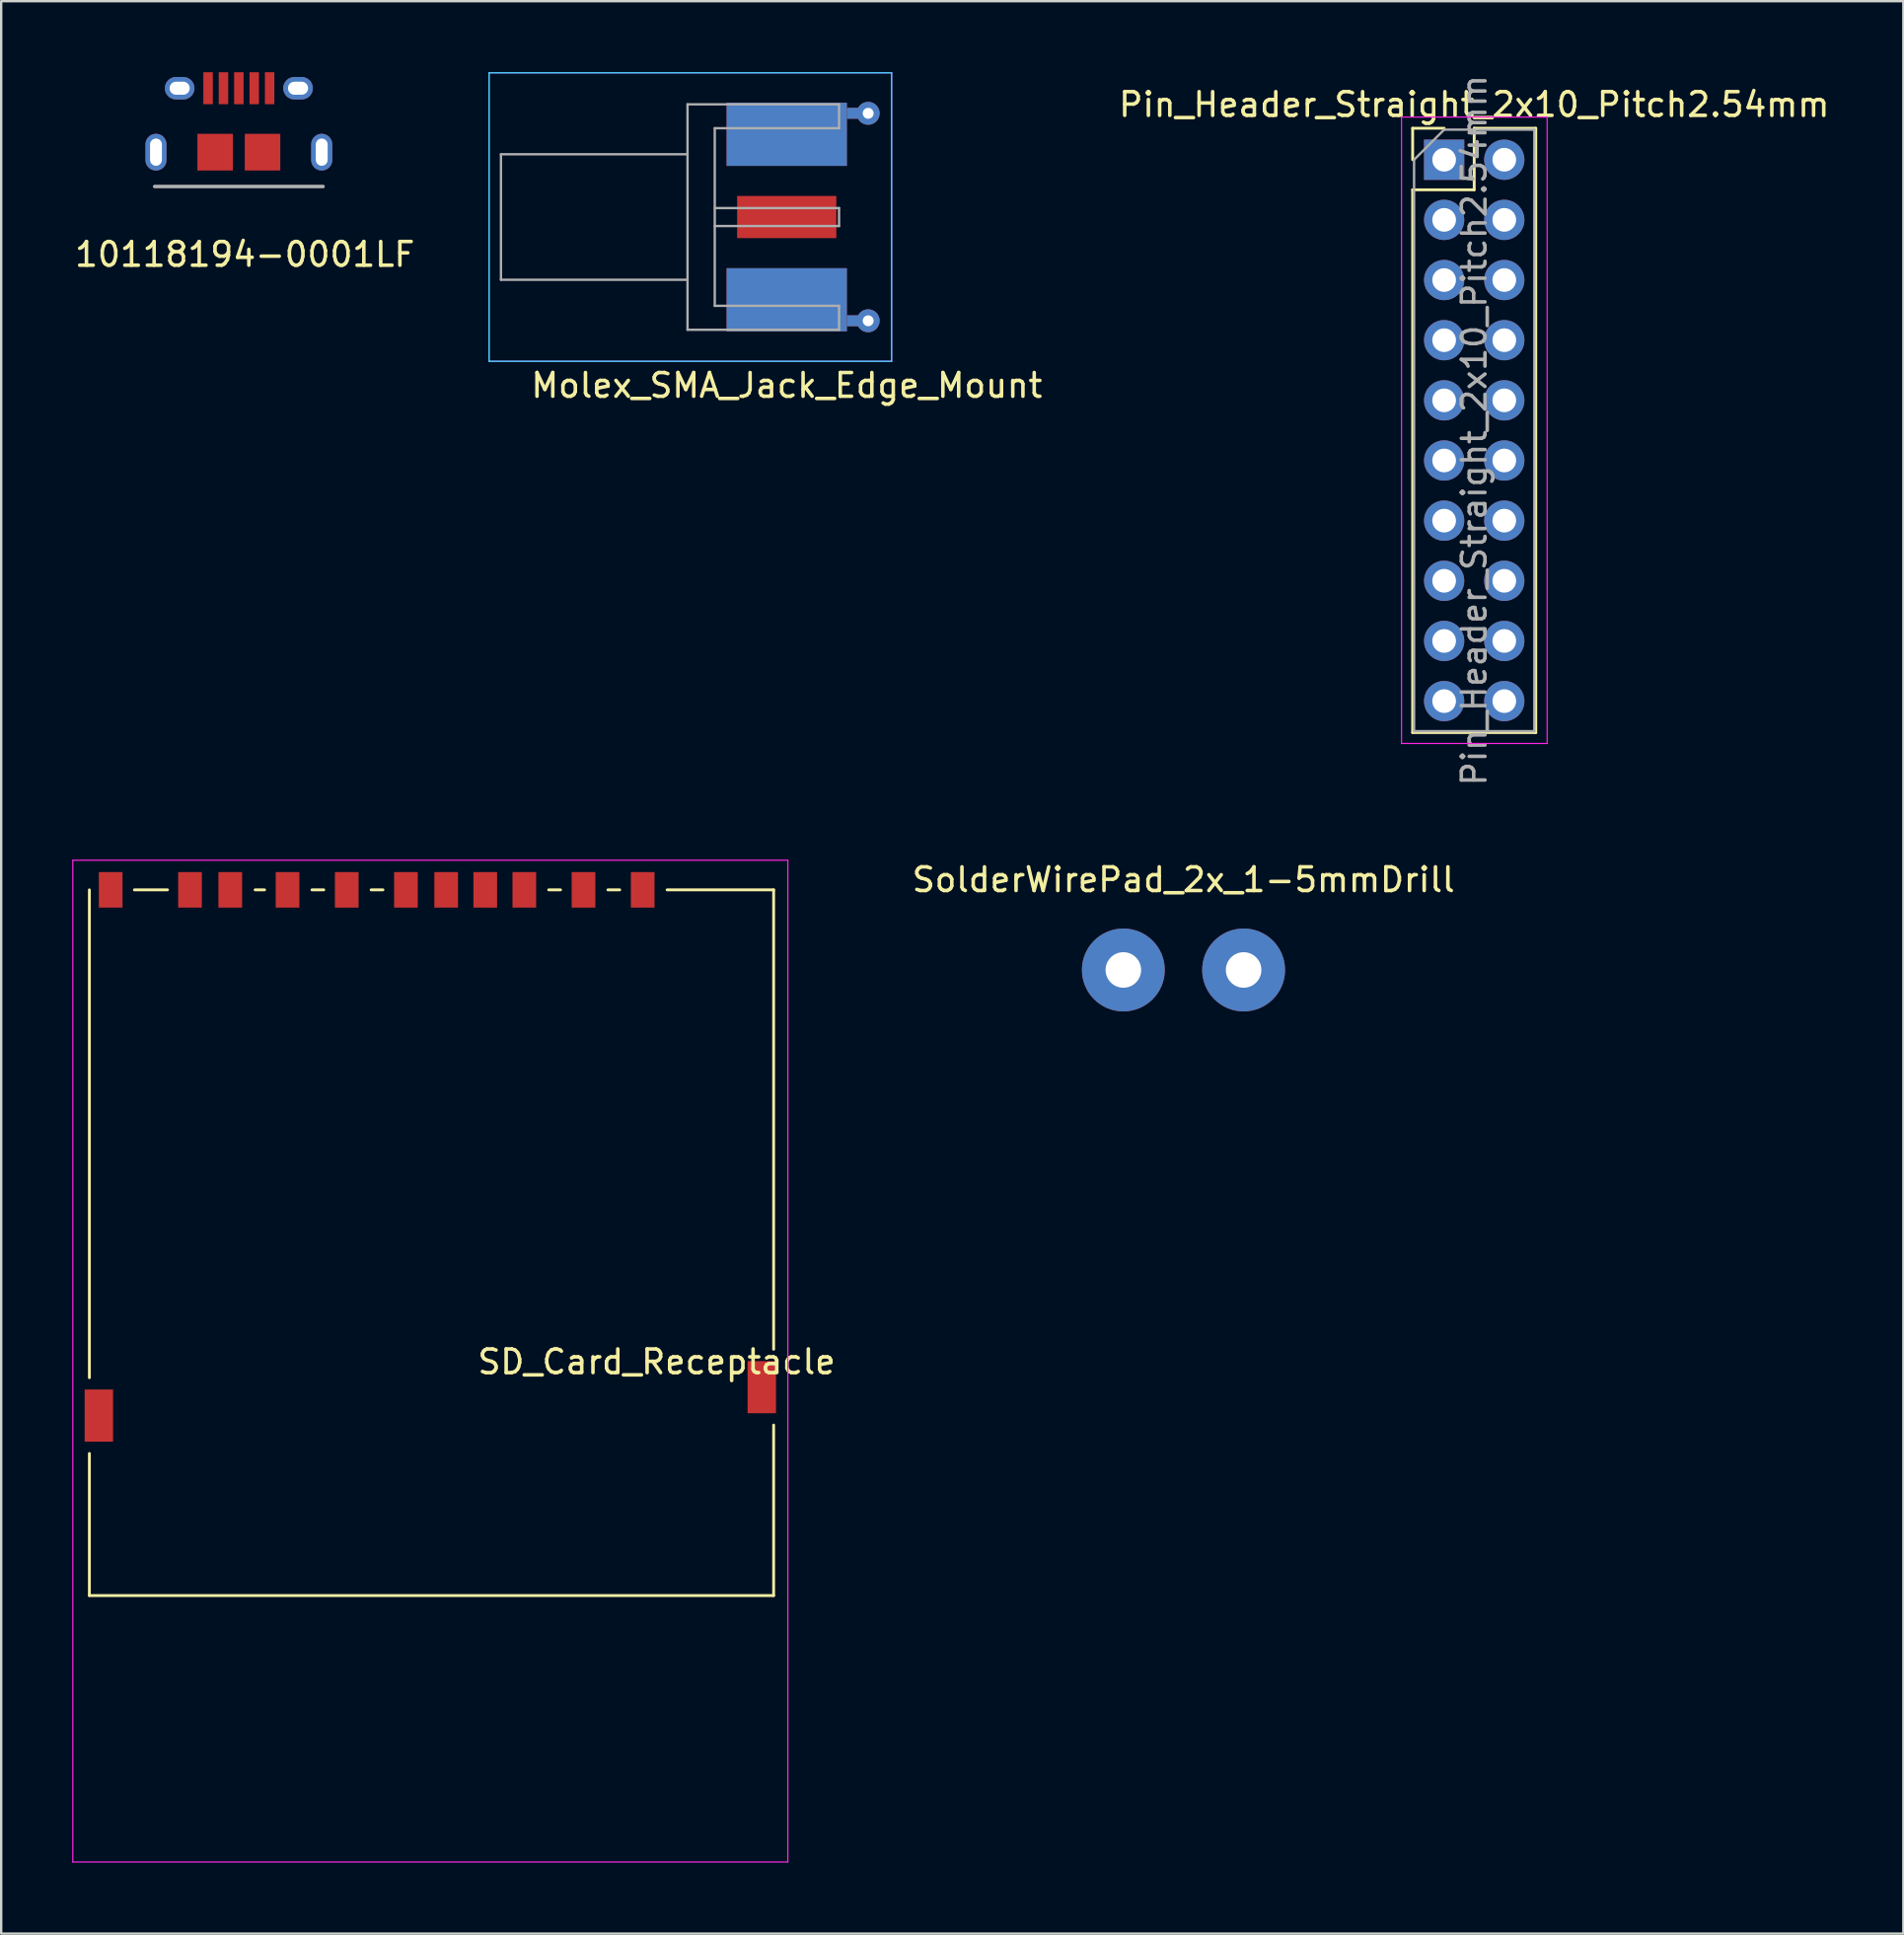
<source format=kicad_pcb>
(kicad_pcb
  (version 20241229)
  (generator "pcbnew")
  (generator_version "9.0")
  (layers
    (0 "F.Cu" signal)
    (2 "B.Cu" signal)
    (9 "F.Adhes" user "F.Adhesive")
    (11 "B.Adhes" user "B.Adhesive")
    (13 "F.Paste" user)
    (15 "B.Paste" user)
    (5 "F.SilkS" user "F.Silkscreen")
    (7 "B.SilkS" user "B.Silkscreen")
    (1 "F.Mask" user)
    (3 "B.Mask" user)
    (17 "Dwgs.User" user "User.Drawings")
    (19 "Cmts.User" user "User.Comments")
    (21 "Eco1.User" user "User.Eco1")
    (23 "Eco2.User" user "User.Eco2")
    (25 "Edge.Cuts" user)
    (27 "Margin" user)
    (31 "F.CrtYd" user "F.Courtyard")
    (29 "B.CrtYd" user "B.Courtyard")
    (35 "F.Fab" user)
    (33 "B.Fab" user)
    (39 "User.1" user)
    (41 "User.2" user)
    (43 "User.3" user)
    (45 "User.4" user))
  (footprint "Pin_Header_Straight_2x10_Pitch2.54mm"
    (layer "F.Cu")
    (at 57.944 3.695)
    (property "Reference" "Pin_Header_Straight_2x10_Pitch2.54mm" (at 1.27 -2.33 0) (layer "F.SilkS") (effects (font (size 1 1) (thickness 0.15))))
    (attr through_hole)
    (fp_line (start -1.33 -1.33) (end 0 -1.33) (stroke (width 0.12) (type solid)) (layer "F.SilkS"))
    (fp_line (start -1.33 0) (end -1.33 -1.33) (stroke (width 0.12) (type solid)) (layer "F.SilkS"))
    (fp_line (start -1.33 1.27) (end -1.33 24.19) (stroke (width 0.12) (type solid)) (layer "F.SilkS"))
    (fp_line (start -1.33 1.27) (end 1.27 1.27) (stroke (width 0.12) (type solid)) (layer "F.SilkS"))
    (fp_line (start -1.33 24.19) (end 3.87 24.19) (stroke (width 0.12) (type solid)) (layer "F.SilkS"))
    (fp_line (start 1.27 -1.33) (end 3.87 -1.33) (stroke (width 0.12) (type solid)) (layer "F.SilkS"))
    (fp_line (start 1.27 1.27) (end 1.27 -1.33) (stroke (width 0.12) (type solid)) (layer "F.SilkS"))
    (fp_line (start 3.87 -1.33) (end 3.87 24.19) (stroke (width 0.12) (type solid)) (layer "F.SilkS"))
    (fp_line (start -1.8 -1.8) (end -1.8 24.65) (stroke (width 0.05) (type solid)) (layer "F.CrtYd"))
    (fp_line (start -1.8 24.65) (end 4.35 24.65) (stroke (width 0.05) (type solid)) (layer "F.CrtYd"))
    (fp_line (start 4.35 -1.8) (end -1.8 -1.8) (stroke (width 0.05) (type solid)) (layer "F.CrtYd"))
    (fp_line (start 4.35 24.65) (end 4.35 -1.8) (stroke (width 0.05) (type solid)) (layer "F.CrtYd"))
    (fp_line (start -1.27 0) (end 0 -1.27) (stroke (width 0.1) (type solid)) (layer "F.Fab"))
    (fp_line (start -1.27 24.13) (end -1.27 0) (stroke (width 0.1) (type solid)) (layer "F.Fab"))
    (fp_line (start 0 -1.27) (end 3.81 -1.27) (stroke (width 0.1) (type solid)) (layer "F.Fab"))
    (fp_line (start 3.81 -1.27) (end 3.81 24.13) (stroke (width 0.1) (type solid)) (layer "F.Fab"))
    (fp_line (start 3.81 24.13) (end -1.27 24.13) (stroke (width 0.1) (type solid)) (layer "F.Fab"))
    (fp_text user "${REFERENCE}" (at 1.27 11.43 90) (layer "F.Fab") (effects (font (size 1 1) (thickness 0.15))))
    (pad "1" thru_hole rect (at 0 0) (size 1.7 1.7) (drill 1) (layers "*.Cu" "*.Mask"))
    (pad "2" thru_hole oval (at 2.54 0) (size 1.7 1.7) (drill 1) (layers "*.Cu" "*.Mask"))
    (pad "3" thru_hole oval (at 0 2.54) (size 1.7 1.7) (drill 1) (layers "*.Cu" "*.Mask"))
    (pad "4" thru_hole oval (at 2.54 2.54) (size 1.7 1.7) (drill 1) (layers "*.Cu" "*.Mask"))
    (pad "5" thru_hole oval (at 0 5.08) (size 1.7 1.7) (drill 1) (layers "*.Cu" "*.Mask"))
    (pad "6" thru_hole oval (at 2.54 5.08) (size 1.7 1.7) (drill 1) (layers "*.Cu" "*.Mask"))
    (pad "7" thru_hole oval (at 0 7.62) (size 1.7 1.7) (drill 1) (layers "*.Cu" "*.Mask"))
    (pad "8" thru_hole oval (at 2.54 7.62) (size 1.7 1.7) (drill 1) (layers "*.Cu" "*.Mask"))
    (pad "9" thru_hole oval (at 0 10.16) (size 1.7 1.7) (drill 1) (layers "*.Cu" "*.Mask"))
    (pad "10" thru_hole oval (at 2.54 10.16) (size 1.7 1.7) (drill 1) (layers "*.Cu" "*.Mask"))
    (pad "11" thru_hole oval (at 0 12.7) (size 1.7 1.7) (drill 1) (layers "*.Cu" "*.Mask"))
    (pad "12" thru_hole oval (at 2.54 12.7) (size 1.7 1.7) (drill 1) (layers "*.Cu" "*.Mask"))
    (pad "13" thru_hole oval (at 0 15.24) (size 1.7 1.7) (drill 1) (layers "*.Cu" "*.Mask"))
    (pad "14" thru_hole oval (at 2.54 15.24) (size 1.7 1.7) (drill 1) (layers "*.Cu" "*.Mask"))
    (pad "15" thru_hole oval (at 0 17.78) (size 1.7 1.7) (drill 1) (layers "*.Cu" "*.Mask"))
    (pad "16" thru_hole oval (at 2.54 17.78) (size 1.7 1.7) (drill 1) (layers "*.Cu" "*.Mask"))
    (pad "17" thru_hole oval (at 0 20.32) (size 1.7 1.7) (drill 1) (layers "*.Cu" "*.Mask"))
    (pad "18" thru_hole oval (at 2.54 20.32) (size 1.7 1.7) (drill 1) (layers "*.Cu" "*.Mask"))
    (pad "19" thru_hole oval (at 0 22.86) (size 1.7 1.7) (drill 1) (layers "*.Cu" "*.Mask"))
    (pad "20" thru_hole oval (at 2.54 22.86) (size 1.7 1.7) (drill 1) (layers "*.Cu" "*.Mask")))
  (footprint "SolderWirePad_2x_1-5mmDrill"
    (layer "F.Cu")
    (at 46.935 37.908)
    (property "Reference" "SolderWirePad_2x_1-5mmDrill" (at 0 -3.81 0) (layer "F.SilkS") (effects (font (size 1 1) (thickness 0.15))))
    (attr through_hole)
    (pad "1" thru_hole circle (at -2.54 0) (size 3.5 3.5) (drill 1.501) (layers "*.Cu" "*.Mask"))
    (pad "2" thru_hole circle (at 2.54 0) (size 3.5 3.5) (drill 1.501) (layers "*.Cu" "*.Mask")))
  (footprint "10118194-0001LF"
    (layer "F.Cu")
    (at 7.038 3.375)
    (property "Reference" "10118194-0001LF" (at 0.254 4.318 0) (layer "F.SilkS") (effects (font (size 1 1) (thickness 0.15))))
    (attr through_hole)
    (fp_line (start -3.556 1.45) (end 3.556 1.45) (stroke (width 0.15) (type solid)) (layer "F.Fab"))
    (pad "" np_thru_hole oval (at -3.5 0) (size 0.89 1.55) (drill oval 0.5 1.15) (layers "*.Cu" "*.Mask"))
    (pad "" np_thru_hole oval (at -2.5 -2.7) (size 1.25 0.95) (drill oval 0.85 0.55) (layers "*.Cu" "*.Mask"))
    (pad "" np_thru_hole oval (at 2.5 -2.7) (size 1.25 0.95) (drill oval 0.85 0.55) (layers "*.Cu" "*.Mask"))
    (pad "" np_thru_hole oval (at 3.5 0) (size 0.89 1.55) (drill oval 0.5 1.15) (layers "*.Cu" "*.Mask"))
    (pad "1" smd rect (at -1.3 -2.7) (size 0.4 1.35) (layers "F.Cu" "F.Mask" "F.Paste"))
    (pad "2" smd rect (at -0.65 -2.7) (size 0.4 1.35) (layers "F.Cu" "F.Mask" "F.Paste"))
    (pad "3" smd rect (at 0 -2.7) (size 0.4 1.35) (layers "F.Cu" "F.Mask" "F.Paste"))
    (pad "4" smd rect (at 0.65 -2.7) (size 0.4 1.35) (layers "F.Cu" "F.Mask" "F.Paste"))
    (pad "5" smd rect (at 1.3 -2.7) (size 0.4 1.35) (layers "F.Cu" "F.Mask" "F.Paste"))
    (pad "6" smd rect (at -1 0) (size 1.5 1.55) (layers "F.Cu" "F.Mask" "F.Paste"))
    (pad "6" smd rect (at 1 0) (size 1.5 1.55) (layers "F.Cu" "F.Mask" "F.Paste")))
  (footprint "SD_Card_Receptacle"
    (layer "F.Cu")
    (at 15.125 46.675)
    (property "Reference" "SD_Card_Receptacle" (at 9.56 7.78 0) (layer "F.SilkS") (effects (font (size 1 1) (thickness 0.15))))
    (attr smd)
    (fp_line (start -14.4 8.45) (end -14.4 -12.15) (stroke (width 0.12) (type solid)) (layer "F.SilkS"))
    (fp_line (start -14.4 17.65) (end -14.4 11.65) (stroke (width 0.12) (type solid)) (layer "F.SilkS"))
    (fp_line (start -12.5 -12.15) (end -11.1 -12.15) (stroke (width 0.12) (type solid)) (layer "F.SilkS"))
    (fp_line (start -7.4 -12.15) (end -7 -12.15) (stroke (width 0.12) (type solid)) (layer "F.SilkS"))
    (fp_line (start -5 -12.15) (end -4.5 -12.15) (stroke (width 0.12) (type solid)) (layer "F.SilkS"))
    (fp_line (start -2.5 -12.15) (end -2 -12.15) (stroke (width 0.12) (type solid)) (layer "F.SilkS"))
    (fp_line (start 5 -12.15) (end 5.5 -12.15) (stroke (width 0.12) (type solid)) (layer "F.SilkS"))
    (fp_line (start 7.5 -12.15) (end 8 -12.15) (stroke (width 0.12) (type solid)) (layer "F.SilkS"))
    (fp_line (start 14.5 -12.15) (end 10 -12.15) (stroke (width 0.12) (type solid)) (layer "F.SilkS"))
    (fp_line (start 14.5 7.25) (end 14.5 -12.15) (stroke (width 0.12) (type solid)) (layer "F.SilkS"))
    (fp_line (start 14.5 17.65) (end -14.4 17.65) (stroke (width 0.12) (type solid)) (layer "F.SilkS"))
    (fp_line (start 14.5 17.65) (end 14.5 10.45) (stroke (width 0.12) (type solid)) (layer "F.SilkS"))
    (fp_line (start -15.1 -13.4) (end -15.1 28.9) (stroke (width 0.05) (type solid)) (layer "F.CrtYd"))
    (fp_line (start -15.1 28.9) (end 15.1 28.9) (stroke (width 0.05) (type solid)) (layer "F.CrtYd"))
    (fp_line (start 15.1 -13.4) (end -15.1 -13.4) (stroke (width 0.05) (type solid)) (layer "F.CrtYd"))
    (fp_line (start 15.1 28.9) (end 15.1 -13.4) (stroke (width 0.05) (type solid)) (layer "F.CrtYd"))
    (pad "1" smd rect (at 6.47 -12.15) (size 1 1.5) (layers "F.Cu" "F.Mask" "F.Paste"))
    (pad "2" smd rect (at 3.97 -12.15) (size 1 1.5) (layers "F.Cu" "F.Mask" "F.Paste"))
    (pad "3" smd rect (at 0.67 -12.15) (size 1 1.5) (layers "F.Cu" "F.Mask" "F.Paste"))
    (pad "4" smd rect (at -1.03 -12.15) (size 1 1.5) (layers "F.Cu" "F.Mask" "F.Paste"))
    (pad "5" smd rect (at -3.53 -12.15) (size 1 1.5) (layers "F.Cu" "F.Mask" "F.Paste"))
    (pad "6" smd rect (at -6.03 -12.15) (size 1 1.5) (layers "F.Cu" "F.Mask" "F.Paste"))
    (pad "7" smd rect (at -8.45 -12.15) (size 1 1.5) (layers "F.Cu" "F.Mask" "F.Paste"))
    (pad "8" smd rect (at -10.15 -12.15) (size 1 1.5) (layers "F.Cu" "F.Mask" "F.Paste"))
    (pad "9" smd rect (at 8.97 -12.15) (size 1 1.5) (layers "F.Cu" "F.Mask" "F.Paste"))
    (pad "10" smd rect (at 2.32 -12.15) (size 1 1.5) (layers "F.Cu" "F.Mask" "F.Paste"))
    (pad "11" smd rect (at -13.5 -12.15) (size 1 1.5) (layers "F.Cu" "F.Mask" "F.Paste"))
    (pad "12" smd rect (at 14 8.85) (size 1.2 2.2) (layers "F.Cu" "F.Mask" "F.Paste"))
    (pad "13" smd rect (at -14 10.05) (size 1.2 2.2) (layers "F.Cu" "F.Mask" "F.Paste")))
  (footprint "Molex_SMA_Jack_Edge_Mount"
    (layer "F.Cu")
    (at 31.898 6.115)
    (property "Reference" "Molex_SMA_Jack_Edge_Mount" (at -1.72 7.11 0) (layer "F.SilkS") (effects (font (size 1 1) (thickness 0.15))))
    (attr smd)
    (fp_line (start -14.29 -6.09) (end -14.29 6.09) (stroke (width 0.05) (type solid)) (layer "B.CrtYd"))
    (fp_line (start -14.29 -6.09) (end 2.71 -6.09) (stroke (width 0.05) (type solid)) (layer "B.CrtYd"))
    (fp_line (start -14.29 6.09) (end 2.71 6.09) (stroke (width 0.05) (type solid)) (layer "B.CrtYd"))
    (fp_line (start 2.71 -6.09) (end 2.71 6.09) (stroke (width 0.05) (type solid)) (layer "B.CrtYd"))
    (fp_line (start -14.29 -6.09) (end -14.29 6.09) (stroke (width 0.05) (type solid)) (layer "F.CrtYd"))
    (fp_line (start -14.29 6.09) (end 2.71 6.09) (stroke (width 0.05) (type solid)) (layer "F.CrtYd"))
    (fp_line (start 2.71 -6.09) (end -14.29 -6.09) (stroke (width 0.05) (type solid)) (layer "F.CrtYd"))
    (fp_line (start 2.71 -6.09) (end 2.71 6.09) (stroke (width 0.05) (type solid)) (layer "F.CrtYd"))
    (fp_line (start -13.79 -2.65) (end -13.79 2.65) (stroke (width 0.1) (type solid)) (layer "F.Fab"))
    (fp_line (start -13.79 -2.65) (end -5.91 -2.65) (stroke (width 0.1) (type solid)) (layer "F.Fab"))
    (fp_line (start -13.79 2.65) (end -5.91 2.65) (stroke (width 0.1) (type solid)) (layer "F.Fab"))
    (fp_line (start -5.91 -4.76) (end -5.91 4.76) (stroke (width 0.1) (type solid)) (layer "F.Fab"))
    (fp_line (start -5.91 4.76) (end 0.49 4.76) (stroke (width 0.1) (type solid)) (layer "F.Fab"))
    (fp_line (start -4.76 -3.75) (end -4.76 3.75) (stroke (width 0.1) (type solid)) (layer "F.Fab"))
    (fp_line (start -4.76 -3.75) (end 0.49 -3.75) (stroke (width 0.1) (type solid)) (layer "F.Fab"))
    (fp_line (start -4.76 -0.38) (end 0.49 -0.38) (stroke (width 0.1) (type solid)) (layer "F.Fab"))
    (fp_line (start -4.76 0.38) (end 0.49 0.38) (stroke (width 0.1) (type solid)) (layer "F.Fab"))
    (fp_line (start -4.76 3.75) (end 0.49 3.75) (stroke (width 0.1) (type solid)) (layer "F.Fab"))
    (fp_line (start 0.49 -4.76) (end -5.91 -4.76) (stroke (width 0.1) (type solid)) (layer "F.Fab"))
    (fp_line (start 0.49 -4.76) (end 0.49 -3.75) (stroke (width 0.1) (type solid)) (layer "F.Fab"))
    (fp_line (start 0.49 -0.38) (end 0.49 0.38) (stroke (width 0.1) (type solid)) (layer "F.Fab"))
    (fp_line (start 0.49 3.75) (end 0.49 4.76) (stroke (width 0.1) (type solid)) (layer "F.Fab"))
    (pad "1" smd rect (at -1.72 0) (size 4.19 1.78) (layers "F.Cu" "F.Mask" "F.Paste"))
    (pad "2" smd rect (at -1.72 -3.493) (size 5.08 2.665) (layers "F.Cu" "F.Mask" "F.Paste"))
    (pad "2" smd rect (at -1.72 -3.493) (size 5.08 2.665) (layers "B.Cu" "B.Mask" "B.Paste"))
    (pad "2" smd rect (at -1.72 3.493) (size 5.08 2.665) (layers "F.Cu" "F.Mask" "F.Paste"))
    (pad "2" smd rect (at -1.72 3.493) (size 5.08 2.665) (layers "B.Cu" "B.Mask" "B.Paste"))
    (pad "2" smd rect (at 1.27 -4.38) (size 0.89 0.46) (layers "F.Cu"))
    (pad "2" smd rect (at 1.27 -4.38) (size 0.89 0.46) (layers "B.Cu"))
    (pad "2" smd rect (at 1.27 4.38) (size 0.89 0.46) (layers "F.Cu"))
    (pad "2" smd rect (at 1.27 4.38) (size 0.89 0.46) (layers "B.Cu"))
    (pad "2" thru_hole circle (at 1.72 -4.38) (size 0.97 0.97) (drill 0.46) (layers "*.Cu"))
    (pad "2" thru_hole circle (at 1.72 4.38) (size 0.97 0.97) (drill 0.46) (layers "*.Cu")))
  (gr_rect
    (start -3 -3)
    (end 77.339 78.6)
    (stroke (width 0.1) (type default))
    (fill no)
    (layer "Edge.Cuts")))
</source>
